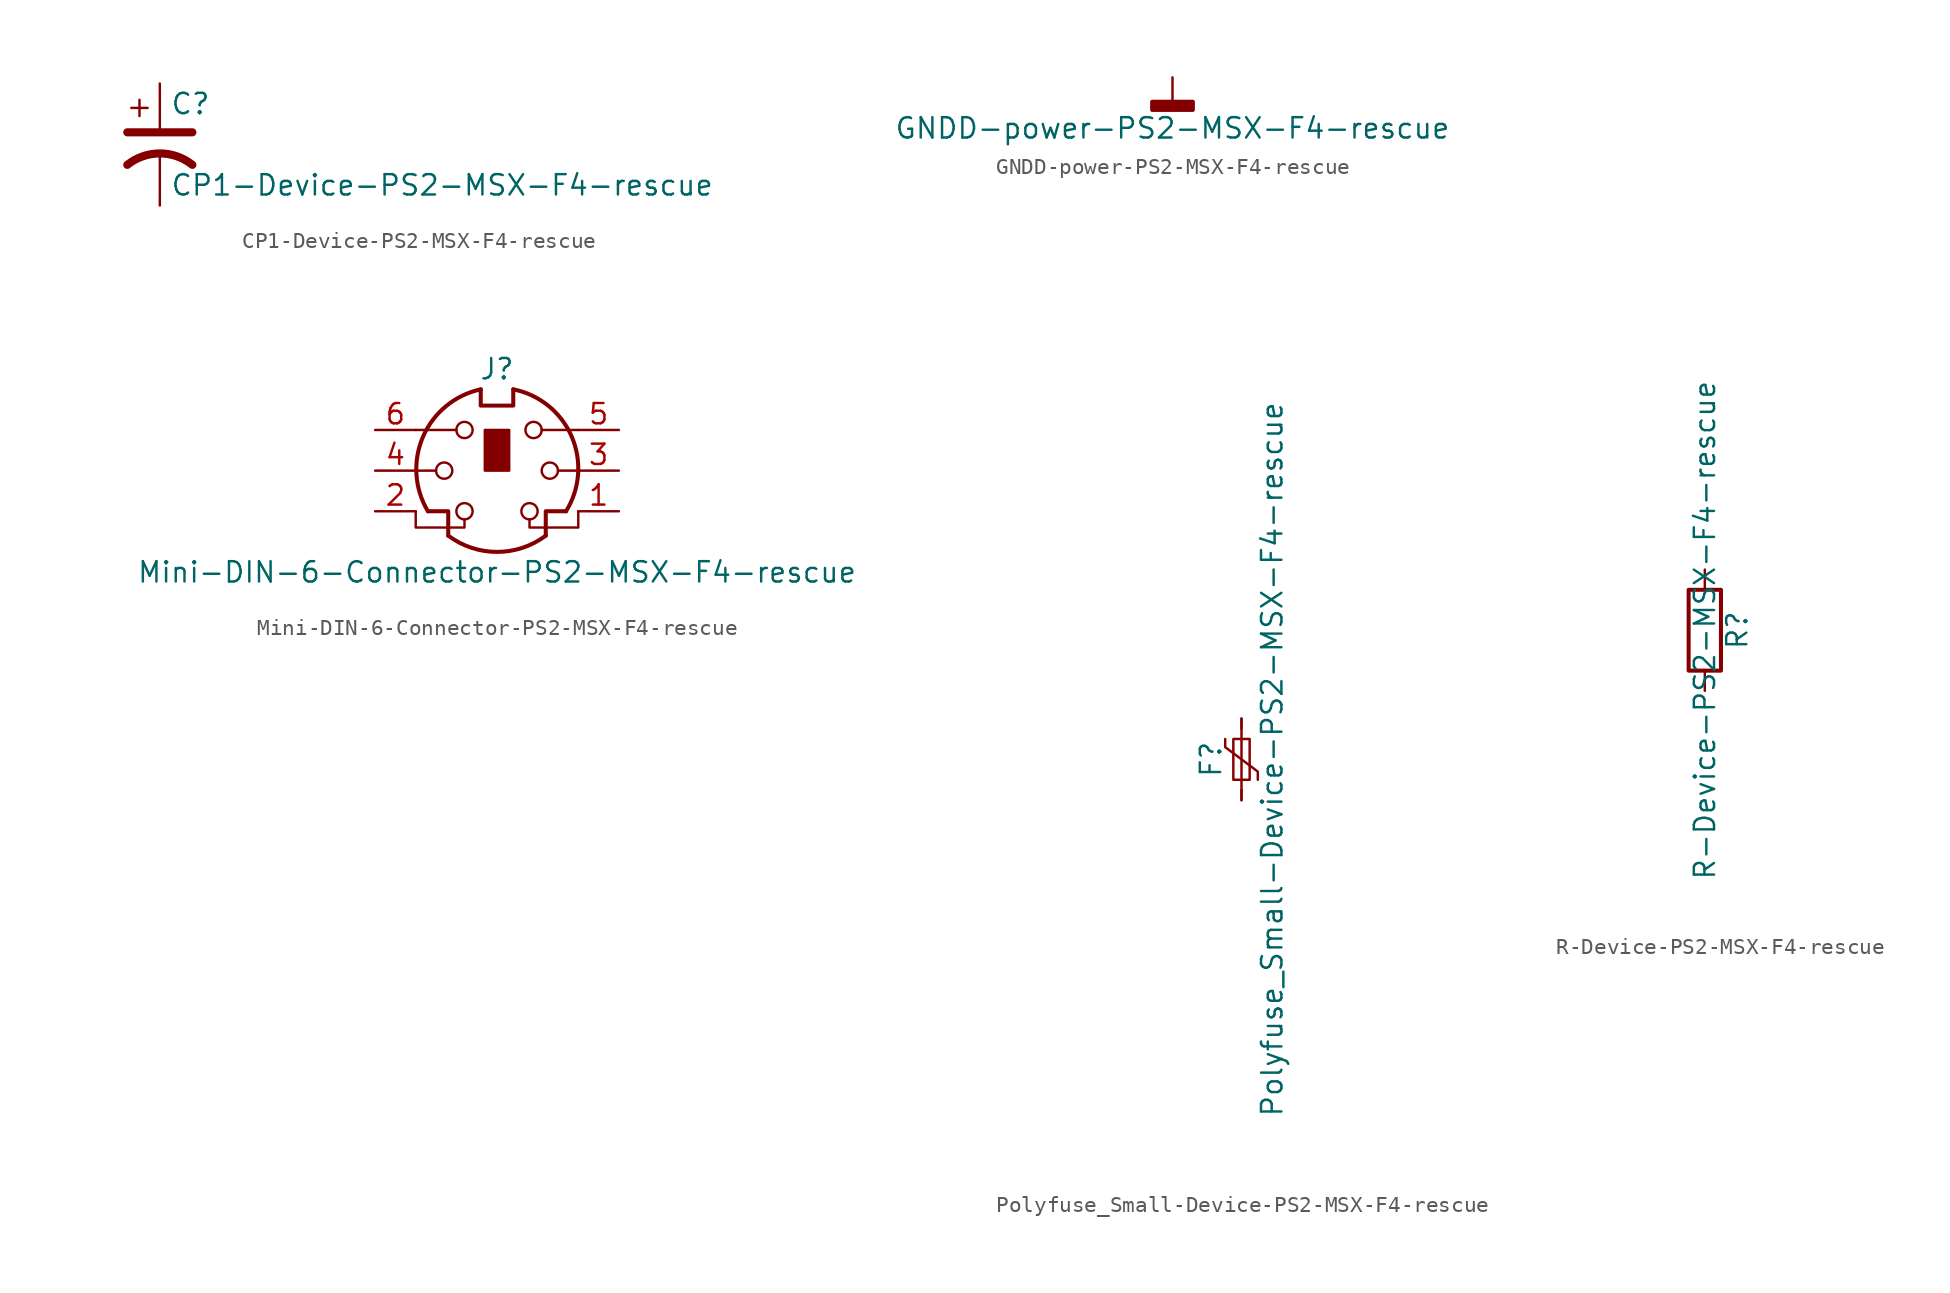
<source format=kicad_sym>
(kicad_symbol_lib
  (version 20211014)
  (generator kicad_symbol_editor)
  (symbol "CP1-Device-PS2-MSX-F4-rescue"
    (pin_numbers hide)
    (pin_names
      (offset 0.254) hide)
    (property "Reference" "C"
      (at 0.635 2.54 0)
      (effects (font (size 1.27 1.27)) (justify left)))
    (property "Value" "CP1-Device-PS2-MSX-F4-rescue"
      (at 0.635 -2.54 0)
      (effects (font (size 1.27 1.27)) (justify left)))
    (symbol "CP1-Device-PS2-MSX-F4-rescue_0_1"
      (polyline (pts (xy -2.032 0.762) (xy 2.032 0.762)) (stroke (width 0.508) (type default) (color 0 0 0 0)) (fill (type none)))
      (polyline (pts (xy -1.778 2.286) (xy -0.762 2.286)) (stroke (width 0) (type default) (color 0 0 0 0)) (fill (type none)))
      (polyline (pts (xy -1.27 1.778) (xy -1.27 2.794)) (stroke (width 0) (type default) (color 0 0 0 0)) (fill (type none)))
      (arc (start 2.032 -1.27) (mid 0 -0.5572) (end -2.032 -1.27) (stroke (width 0.508) (type default) (color 0 0 0 0)) (fill (type none))))
    (symbol "CP1-Device-PS2-MSX-F4-rescue_1_1"
      (pin passive line (at 0 3.81 270) (length 2.794) (name "~" (effects (font (size 1.27 1.27)))) (number "1" (effects (font (size 1.27 1.27)))))
      (pin passive line (at 0 -3.81 90) (length 3.302) (name "~" (effects (font (size 1.27 1.27)))) (number "2" (effects (font (size 1.27 1.27)))))))
  (symbol "GNDD-power-PS2-MSX-F4-rescue"
    (power)
    (pin_names
      (offset 0))
    (property "Reference" "#PWR"
      (at 0 -6.35 0)
      (effects (font (size 1.27 1.27)) hide))
    (property "Value" "GNDD-power-PS2-MSX-F4-rescue"
      (at 0 -3.175 0)
      (effects (font (size 1.27 1.27))))
    (symbol "GNDD-power-PS2-MSX-F4-rescue_0_1"
      (rectangle (start -1.27 -1.524) (end 1.27 -2.032) (stroke (width 0.254) (type default) (color 0 0 0 0)) (fill (type outline)))
      (polyline (pts (xy 0 0) (xy 0 -1.524)) (stroke (width 0) (type default) (color 0 0 0 0)) (fill (type none))))
    (symbol "GNDD-power-PS2-MSX-F4-rescue_1_1"
      (pin power_in line (at 0 0 270) (length 0) hide (name "GNDD" (effects (font (size 1.27 1.27)))) (number "1" (effects (font (size 1.27 1.27)))))))
  (symbol "Mini-DIN-6-Connector-PS2-MSX-F4-rescue"
    (pin_names
      (offset 1.016))
    (property "Reference" "J"
      (at 0 6.35 0)
      (effects (font (size 1.27 1.27))))
    (property "Value" "Mini-DIN-6-Connector-PS2-MSX-F4-rescue"
      (at 0 -6.35 0)
      (effects (font (size 1.27 1.27))))
    (symbol "Mini-DIN-6-Connector-PS2-MSX-F4-rescue_0_1"
      (circle (center -3.302 0) (radius 0.508) (stroke (width 0) (type default) (color 0 0 0 0)) (fill (type none)))
      (arc (start -3.048 -4.064) (mid 0 -5.08) (end 3.048 -4.064) (stroke (width 0.254) (type default) (color 0 0 0 0)) (fill (type none)))
      (circle (center -2.032 -2.54) (radius 0.508) (stroke (width 0) (type default) (color 0 0 0 0)) (fill (type none)))
      (circle (center -2.032 2.54) (radius 0.508) (stroke (width 0) (type default) (color 0 0 0 0)) (fill (type none)))
      (arc (start -1.016 5.08) (mid -4.6228 2.1214) (end -4.318 -2.54) (stroke (width 0.254) (type default) (color 0 0 0 0)) (fill (type none)))
      (rectangle (start -0.762 2.54) (end 0.762 0) (stroke (width 0) (type default) (color 0 0 0 0)) (fill (type outline)))
      (polyline (pts (xy -3.81 0) (xy -5.08 0)) (stroke (width 0) (type default) (color 0 0 0 0)) (fill (type none)))
      (polyline (pts (xy -2.54 2.54) (xy -5.08 2.54)) (stroke (width 0) (type default) (color 0 0 0 0)) (fill (type none)))
      (polyline (pts (xy 2.794 2.54) (xy 5.08 2.54)) (stroke (width 0) (type default) (color 0 0 0 0)) (fill (type none)))
      (polyline (pts (xy 5.08 0) (xy 3.81 0)) (stroke (width 0) (type default) (color 0 0 0 0)) (fill (type none)))
      (polyline (pts (xy -4.318 -2.54) (xy -3.048 -2.54) (xy -3.048 -4.064)) (stroke (width 0.254) (type default) (color 0 0 0 0)) (fill (type none)))
      (polyline (pts (xy 4.318 -2.54) (xy 3.048 -2.54) (xy 3.048 -4.064)) (stroke (width 0.254) (type default) (color 0 0 0 0)) (fill (type none)))
      (polyline (pts (xy -2.032 -3.048) (xy -2.032 -3.556) (xy -5.08 -3.556) (xy -5.08 -2.54)) (stroke (width 0) (type default) (color 0 0 0 0)) (fill (type none)))
      (polyline (pts (xy -1.016 5.08) (xy -1.016 4.064) (xy 1.016 4.064) (xy 1.016 5.08)) (stroke (width 0.254) (type default) (color 0 0 0 0)) (fill (type none)))
      (polyline (pts (xy 2.032 -3.048) (xy 2.032 -3.556) (xy 5.08 -3.556) (xy 5.08 -2.54)) (stroke (width 0) (type default) (color 0 0 0 0)) (fill (type none)))
      (circle (center 2.032 -2.54) (radius 0.508) (stroke (width 0) (type default) (color 0 0 0 0)) (fill (type none)))
      (circle (center 2.286 2.54) (radius 0.508) (stroke (width 0) (type default) (color 0 0 0 0)) (fill (type none)))
      (circle (center 3.302 0) (radius 0.508) (stroke (width 0) (type default) (color 0 0 0 0)) (fill (type none)))
      (arc (start 4.318 -2.54) (mid 4.6661 2.1322) (end 1.016 5.08) (stroke (width 0.254) (type default) (color 0 0 0 0)) (fill (type none))))
    (symbol "Mini-DIN-6-Connector-PS2-MSX-F4-rescue_1_1"
      (pin passive line (at 7.62 -2.54 180) (length 2.54) (name "~" (effects (font (size 1.27 1.27)))) (number "1" (effects (font (size 1.27 1.27)))))
      (pin passive line (at -7.62 -2.54 0) (length 2.54) (name "~" (effects (font (size 1.27 1.27)))) (number "2" (effects (font (size 1.27 1.27)))))
      (pin passive line (at 7.62 0 180) (length 2.54) (name "~" (effects (font (size 1.27 1.27)))) (number "3" (effects (font (size 1.27 1.27)))))
      (pin passive line (at -7.62 0 0) (length 2.54) (name "~" (effects (font (size 1.27 1.27)))) (number "4" (effects (font (size 1.27 1.27)))))
      (pin passive line (at 7.62 2.54 180) (length 2.54) (name "~" (effects (font (size 1.27 1.27)))) (number "5" (effects (font (size 1.27 1.27)))))
      (pin passive line (at -7.62 2.54 0) (length 2.54) (name "~" (effects (font (size 1.27 1.27)))) (number "6" (effects (font (size 1.27 1.27)))))))
  (symbol "Polyfuse_Small-Device-PS2-MSX-F4-rescue"
    (pin_numbers hide)
    (pin_names
      (offset 0))
    (property "Reference" "F"
      (at -1.905 0 90)
      (effects (font (size 1.27 1.27))))
    (property "Value" "Polyfuse_Small-Device-PS2-MSX-F4-rescue"
      (at 1.905 0 90)
      (effects (font (size 1.27 1.27))))
    (symbol "Polyfuse_Small-Device-PS2-MSX-F4-rescue_0_1"
      (rectangle (start -0.508 1.27) (end 0.508 -1.27) (stroke (width 0) (type default) (color 0 0 0 0)) (fill (type none)))
      (polyline (pts (xy 0 2.54) (xy 0 -2.54)) (stroke (width 0) (type default) (color 0 0 0 0)) (fill (type none)))
      (polyline (pts (xy -1.016 1.27) (xy -1.016 0.762) (xy 1.016 -0.762) (xy 1.016 -1.27)) (stroke (width 0) (type default) (color 0 0 0 0)) (fill (type none))))
    (symbol "Polyfuse_Small-Device-PS2-MSX-F4-rescue_1_1"
      (pin passive line (at 0 2.54 270) (length 0.635) (name "~" (effects (font (size 1.27 1.27)))) (number "1" (effects (font (size 1.27 1.27)))))
      (pin passive line (at 0 -2.54 90) (length 0.635) (name "~" (effects (font (size 1.27 1.27)))) (number "2" (effects (font (size 1.27 1.27)))))))
  (symbol "R-Device-PS2-MSX-F4-rescue"
    (pin_numbers hide)
    (pin_names
      (offset 0))
    (property "Reference" "R"
      (at 2.032 0 90)
      (effects (font (size 1.27 1.27))))
    (property "Value" "R-Device-PS2-MSX-F4-rescue"
      (at 0 0 90)
      (effects (font (size 1.27 1.27))))
    (symbol "R-Device-PS2-MSX-F4-rescue_0_1"
      (rectangle (start -1.016 -2.54) (end 1.016 2.54) (stroke (width 0.254) (type default) (color 0 0 0 0)) (fill (type none))))
    (symbol "R-Device-PS2-MSX-F4-rescue_1_1"
      (pin passive line (at 0 3.81 270) (length 1.27) (name "~" (effects (font (size 1.27 1.27)))) (number "1" (effects (font (size 1.27 1.27)))))
      (pin passive line (at 0 -3.81 90) (length 1.27) (name "~" (effects (font (size 1.27 1.27)))) (number "2" (effects (font (size 1.27 1.27))))))))
</source>
